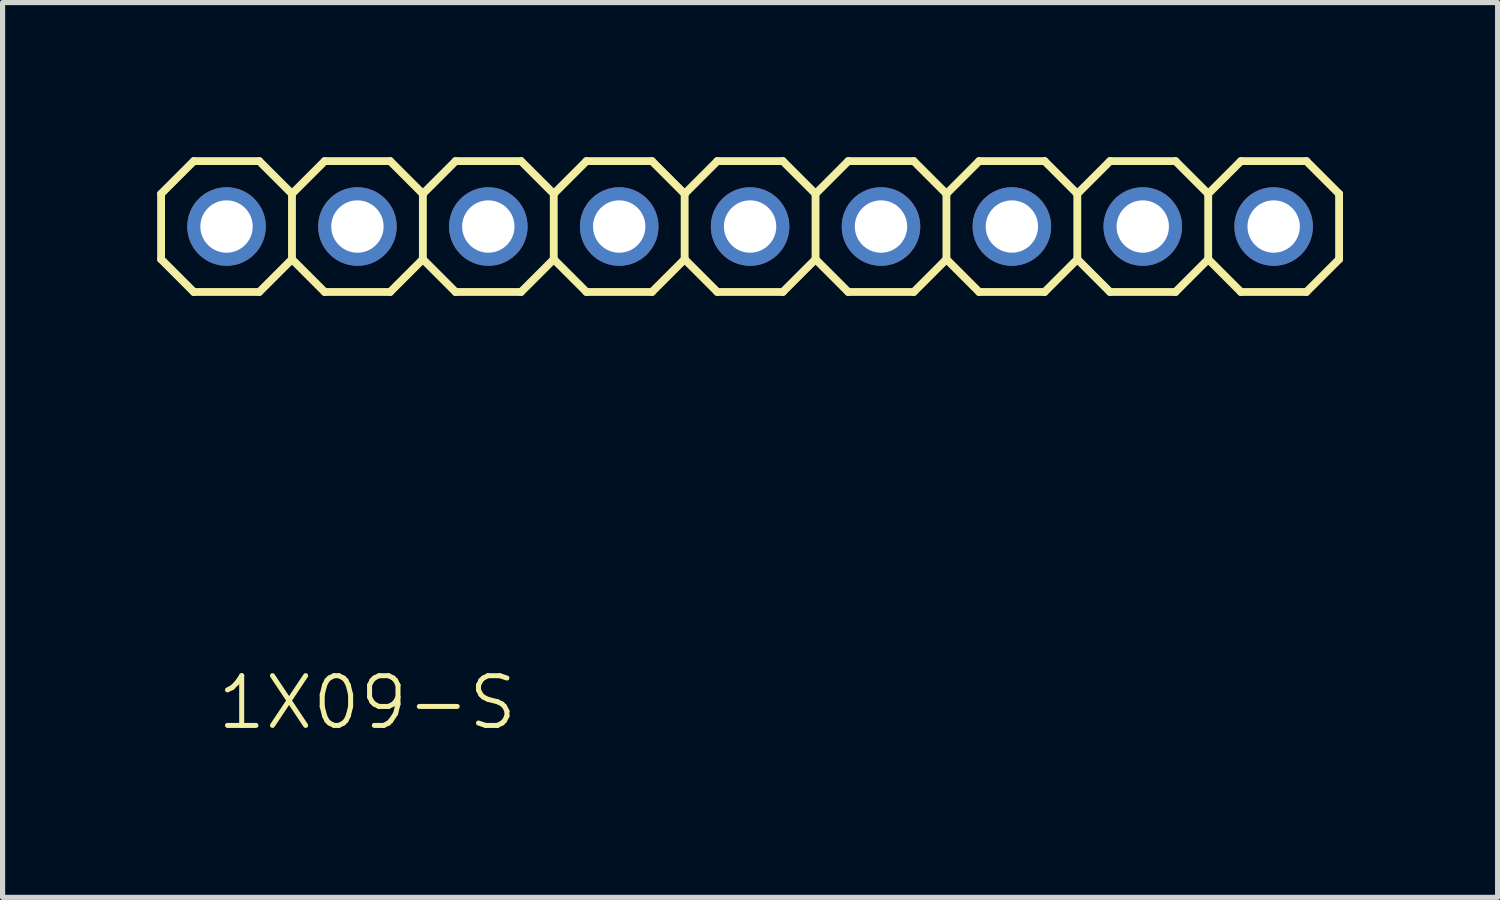
<source format=kicad_pcb>
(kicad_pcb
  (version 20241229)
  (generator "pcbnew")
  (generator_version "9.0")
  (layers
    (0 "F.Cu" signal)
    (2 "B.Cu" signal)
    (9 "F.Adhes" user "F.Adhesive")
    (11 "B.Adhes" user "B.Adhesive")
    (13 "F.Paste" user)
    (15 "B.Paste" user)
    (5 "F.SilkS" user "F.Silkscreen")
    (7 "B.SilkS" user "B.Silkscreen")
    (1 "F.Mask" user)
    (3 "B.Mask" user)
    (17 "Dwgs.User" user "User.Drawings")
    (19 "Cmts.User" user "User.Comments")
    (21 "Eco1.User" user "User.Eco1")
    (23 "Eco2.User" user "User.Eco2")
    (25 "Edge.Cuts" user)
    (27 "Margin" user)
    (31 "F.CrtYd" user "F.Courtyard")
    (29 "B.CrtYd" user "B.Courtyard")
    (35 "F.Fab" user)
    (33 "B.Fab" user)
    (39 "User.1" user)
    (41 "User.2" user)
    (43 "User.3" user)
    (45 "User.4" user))
  (footprint "1X09-S"
    (layer "F.Cu")
    (at 11.506 1.346)
    (property "Reference" "1X09-S" (at -10.389 9.804 180) (layer "F.SilkS") (effects (font (size 0.965 0.965) (thickness 0.097)) (justify left bottom)))
    (attr through_hole)
    (fp_line (start -11.43 -0.635) (end -11.43 0.635) (stroke (width 0.152) (type solid)) (layer "F.SilkS"))
    (fp_line (start -11.43 0.635) (end -10.795 1.27) (stroke (width 0.152) (type solid)) (layer "F.SilkS"))
    (fp_line (start -10.795 -1.27) (end -11.43 -0.635) (stroke (width 0.152) (type solid)) (layer "F.SilkS"))
    (fp_line (start -10.795 -1.27) (end -9.525 -1.27) (stroke (width 0.152) (type solid)) (layer "F.SilkS"))
    (fp_line (start -9.525 -1.27) (end -8.89 -0.635) (stroke (width 0.152) (type solid)) (layer "F.SilkS"))
    (fp_line (start -9.525 1.27) (end -10.795 1.27) (stroke (width 0.152) (type solid)) (layer "F.SilkS"))
    (fp_line (start -8.89 -0.635) (end -8.89 0.635) (stroke (width 0.152) (type solid)) (layer "F.SilkS"))
    (fp_line (start -8.89 -0.635) (end -8.255 -1.27) (stroke (width 0.152) (type solid)) (layer "F.SilkS"))
    (fp_line (start -8.89 0.635) (end -9.525 1.27) (stroke (width 0.152) (type solid)) (layer "F.SilkS"))
    (fp_line (start -8.255 -1.27) (end -6.985 -1.27) (stroke (width 0.152) (type solid)) (layer "F.SilkS"))
    (fp_line (start -8.255 1.27) (end -8.89 0.635) (stroke (width 0.152) (type solid)) (layer "F.SilkS"))
    (fp_line (start -6.985 -1.27) (end -6.35 -0.635) (stroke (width 0.152) (type solid)) (layer "F.SilkS"))
    (fp_line (start -6.985 1.27) (end -8.255 1.27) (stroke (width 0.152) (type solid)) (layer "F.SilkS"))
    (fp_line (start -6.35 -0.635) (end -6.35 0.635) (stroke (width 0.152) (type solid)) (layer "F.SilkS"))
    (fp_line (start -6.35 -0.635) (end -5.715 -1.27) (stroke (width 0.152) (type solid)) (layer "F.SilkS"))
    (fp_line (start -6.35 0.635) (end -6.985 1.27) (stroke (width 0.152) (type solid)) (layer "F.SilkS"))
    (fp_line (start -5.715 -1.27) (end -4.445 -1.27) (stroke (width 0.152) (type solid)) (layer "F.SilkS"))
    (fp_line (start -5.715 1.27) (end -6.35 0.635) (stroke (width 0.152) (type solid)) (layer "F.SilkS"))
    (fp_line (start -4.445 -1.27) (end -3.81 -0.635) (stroke (width 0.152) (type solid)) (layer "F.SilkS"))
    (fp_line (start -4.445 1.27) (end -5.715 1.27) (stroke (width 0.152) (type solid)) (layer "F.SilkS"))
    (fp_line (start -3.81 -0.635) (end -3.81 0.635) (stroke (width 0.152) (type solid)) (layer "F.SilkS"))
    (fp_line (start -3.81 0.635) (end -4.445 1.27) (stroke (width 0.152) (type solid)) (layer "F.SilkS"))
    (fp_line (start -3.81 0.635) (end -3.175 1.27) (stroke (width 0.152) (type solid)) (layer "F.SilkS"))
    (fp_line (start -3.175 -1.27) (end -3.81 -0.635) (stroke (width 0.152) (type solid)) (layer "F.SilkS"))
    (fp_line (start -3.175 -1.27) (end -1.905 -1.27) (stroke (width 0.152) (type solid)) (layer "F.SilkS"))
    (fp_line (start -1.905 -1.27) (end -1.27 -0.635) (stroke (width 0.152) (type solid)) (layer "F.SilkS"))
    (fp_line (start -1.905 1.27) (end -3.175 1.27) (stroke (width 0.152) (type solid)) (layer "F.SilkS"))
    (fp_line (start -1.27 -0.635) (end -1.27 0.635) (stroke (width 0.152) (type solid)) (layer "F.SilkS"))
    (fp_line (start -1.27 -0.635) (end -0.635 -1.27) (stroke (width 0.152) (type solid)) (layer "F.SilkS"))
    (fp_line (start -1.27 0.635) (end -1.905 1.27) (stroke (width 0.152) (type solid)) (layer "F.SilkS"))
    (fp_line (start -0.635 -1.27) (end 0.635 -1.27) (stroke (width 0.152) (type solid)) (layer "F.SilkS"))
    (fp_line (start -0.635 1.27) (end -1.27 0.635) (stroke (width 0.152) (type solid)) (layer "F.SilkS"))
    (fp_line (start 0.635 -1.27) (end 1.27 -0.635) (stroke (width 0.152) (type solid)) (layer "F.SilkS"))
    (fp_line (start 0.635 1.27) (end -0.635 1.27) (stroke (width 0.152) (type solid)) (layer "F.SilkS"))
    (fp_line (start 1.27 -0.635) (end 1.27 0.635) (stroke (width 0.152) (type solid)) (layer "F.SilkS"))
    (fp_line (start 1.27 -0.635) (end 1.905 -1.27) (stroke (width 0.152) (type solid)) (layer "F.SilkS"))
    (fp_line (start 1.27 0.635) (end 0.635 1.27) (stroke (width 0.152) (type solid)) (layer "F.SilkS"))
    (fp_line (start 1.905 -1.27) (end 3.175 -1.27) (stroke (width 0.152) (type solid)) (layer "F.SilkS"))
    (fp_line (start 1.905 1.27) (end 1.27 0.635) (stroke (width 0.152) (type solid)) (layer "F.SilkS"))
    (fp_line (start 3.175 -1.27) (end 3.81 -0.635) (stroke (width 0.152) (type solid)) (layer "F.SilkS"))
    (fp_line (start 3.175 1.27) (end 1.905 1.27) (stroke (width 0.152) (type solid)) (layer "F.SilkS"))
    (fp_line (start 3.81 -0.635) (end 3.81 0.635) (stroke (width 0.152) (type solid)) (layer "F.SilkS"))
    (fp_line (start 3.81 0.635) (end 3.175 1.27) (stroke (width 0.152) (type solid)) (layer "F.SilkS"))
    (fp_line (start 3.81 0.635) (end 4.445 1.27) (stroke (width 0.152) (type solid)) (layer "F.SilkS"))
    (fp_line (start 4.445 -1.27) (end 3.81 -0.635) (stroke (width 0.152) (type solid)) (layer "F.SilkS"))
    (fp_line (start 4.445 -1.27) (end 5.715 -1.27) (stroke (width 0.152) (type solid)) (layer "F.SilkS"))
    (fp_line (start 5.715 -1.27) (end 6.35 -0.635) (stroke (width 0.152) (type solid)) (layer "F.SilkS"))
    (fp_line (start 5.715 1.27) (end 4.445 1.27) (stroke (width 0.152) (type solid)) (layer "F.SilkS"))
    (fp_line (start 6.35 -0.635) (end 6.35 0.635) (stroke (width 0.152) (type solid)) (layer "F.SilkS"))
    (fp_line (start 6.35 -0.635) (end 6.985 -1.27) (stroke (width 0.152) (type solid)) (layer "F.SilkS"))
    (fp_line (start 6.35 0.635) (end 5.715 1.27) (stroke (width 0.152) (type solid)) (layer "F.SilkS"))
    (fp_line (start 6.985 -1.27) (end 8.255 -1.27) (stroke (width 0.152) (type solid)) (layer "F.SilkS"))
    (fp_line (start 6.985 1.27) (end 6.35 0.635) (stroke (width 0.152) (type solid)) (layer "F.SilkS"))
    (fp_line (start 8.255 -1.27) (end 8.89 -0.635) (stroke (width 0.152) (type solid)) (layer "F.SilkS"))
    (fp_line (start 8.255 1.27) (end 6.985 1.27) (stroke (width 0.152) (type solid)) (layer "F.SilkS"))
    (fp_line (start 8.89 -0.635) (end 8.89 0.635) (stroke (width 0.152) (type solid)) (layer "F.SilkS"))
    (fp_line (start 8.89 0.635) (end 8.255 1.27) (stroke (width 0.152) (type solid)) (layer "F.SilkS"))
    (fp_line (start 8.89 0.635) (end 9.525 1.27) (stroke (width 0.152) (type solid)) (layer "F.SilkS"))
    (fp_line (start 9.525 -1.27) (end 8.89 -0.635) (stroke (width 0.152) (type solid)) (layer "F.SilkS"))
    (fp_line (start 9.525 -1.27) (end 10.795 -1.27) (stroke (width 0.152) (type solid)) (layer "F.SilkS"))
    (fp_line (start 10.795 -1.27) (end 11.43 -0.635) (stroke (width 0.152) (type solid)) (layer "F.SilkS"))
    (fp_line (start 10.795 1.27) (end 9.525 1.27) (stroke (width 0.152) (type solid)) (layer "F.SilkS"))
    (fp_line (start 11.43 -0.635) (end 11.43 0.635) (stroke (width 0.152) (type solid)) (layer "F.SilkS"))
    (fp_line (start 11.43 0.635) (end 10.795 1.27) (stroke (width 0.152) (type solid)) (layer "F.SilkS"))
    (fp_poly (pts (xy -10.414 0.254) (xy -9.906 0.254) (xy -9.906 -0.254) (xy -10.414 -0.254)) (stroke (width 0.1) (type solid)) (fill no) (layer "F.Fab"))
    (fp_poly (pts (xy -7.874 0.254) (xy -7.366 0.254) (xy -7.366 -0.254) (xy -7.874 -0.254)) (stroke (width 0.1) (type solid)) (fill no) (layer "F.Fab"))
    (fp_poly (pts (xy -5.334 0.254) (xy -4.826 0.254) (xy -4.826 -0.254) (xy -5.334 -0.254)) (stroke (width 0.1) (type solid)) (fill no) (layer "F.Fab"))
    (fp_poly (pts (xy -2.794 0.254) (xy -2.286 0.254) (xy -2.286 -0.254) (xy -2.794 -0.254)) (stroke (width 0.1) (type solid)) (fill no) (layer "F.Fab"))
    (fp_poly (pts (xy -0.254 0.254) (xy 0.254 0.254) (xy 0.254 -0.254) (xy -0.254 -0.254)) (stroke (width 0.1) (type solid)) (fill no) (layer "F.Fab"))
    (fp_poly (pts (xy 2.286 0.254) (xy 2.794 0.254) (xy 2.794 -0.254) (xy 2.286 -0.254)) (stroke (width 0.1) (type solid)) (fill no) (layer "F.Fab"))
    (fp_poly (pts (xy 4.826 0.254) (xy 5.334 0.254) (xy 5.334 -0.254) (xy 4.826 -0.254)) (stroke (width 0.1) (type solid)) (fill no) (layer "F.Fab"))
    (fp_poly (pts (xy 7.366 0.254) (xy 7.874 0.254) (xy 7.874 -0.254) (xy 7.366 -0.254)) (stroke (width 0.1) (type solid)) (fill no) (layer "F.Fab"))
    (fp_poly (pts (xy 9.906 0.254) (xy 10.414 0.254) (xy 10.414 -0.254) (xy 9.906 -0.254)) (stroke (width 0.1) (type solid)) (fill no) (layer "F.Fab"))
    (pad "1" thru_hole circle (at -10.16 0) (size 1.524 1.524) (drill 1.016) (layers "*.Cu" "*.Mask"))
    (pad "2" thru_hole circle (at -7.62 0) (size 1.524 1.524) (drill 1.016) (layers "*.Cu" "*.Mask"))
    (pad "3" thru_hole circle (at -5.08 0) (size 1.524 1.524) (drill 1.016) (layers "*.Cu" "*.Mask"))
    (pad "4" thru_hole circle (at -2.54 0) (size 1.524 1.524) (drill 1.016) (layers "*.Cu" "*.Mask"))
    (pad "5" thru_hole circle (at 0 0) (size 1.524 1.524) (drill 1.016) (layers "*.Cu" "*.Mask"))
    (pad "6" thru_hole circle (at 2.54 0) (size 1.524 1.524) (drill 1.016) (layers "*.Cu" "*.Mask"))
    (pad "7" thru_hole circle (at 5.08 0) (size 1.524 1.524) (drill 1.016) (layers "*.Cu" "*.Mask"))
    (pad "8" thru_hole circle (at 7.62 0) (size 1.524 1.524) (drill 1.016) (layers "*.Cu" "*.Mask"))
    (pad "9" thru_hole circle (at 10.16 0) (size 1.524 1.524) (drill 1.016) (layers "*.Cu" "*.Mask")))
  (gr_rect
    (start -3 -3)
    (end 26.012 14.364)
    (stroke (width 0.1) (type default))
    (fill no)
    (layer "Edge.Cuts")))
</source>
